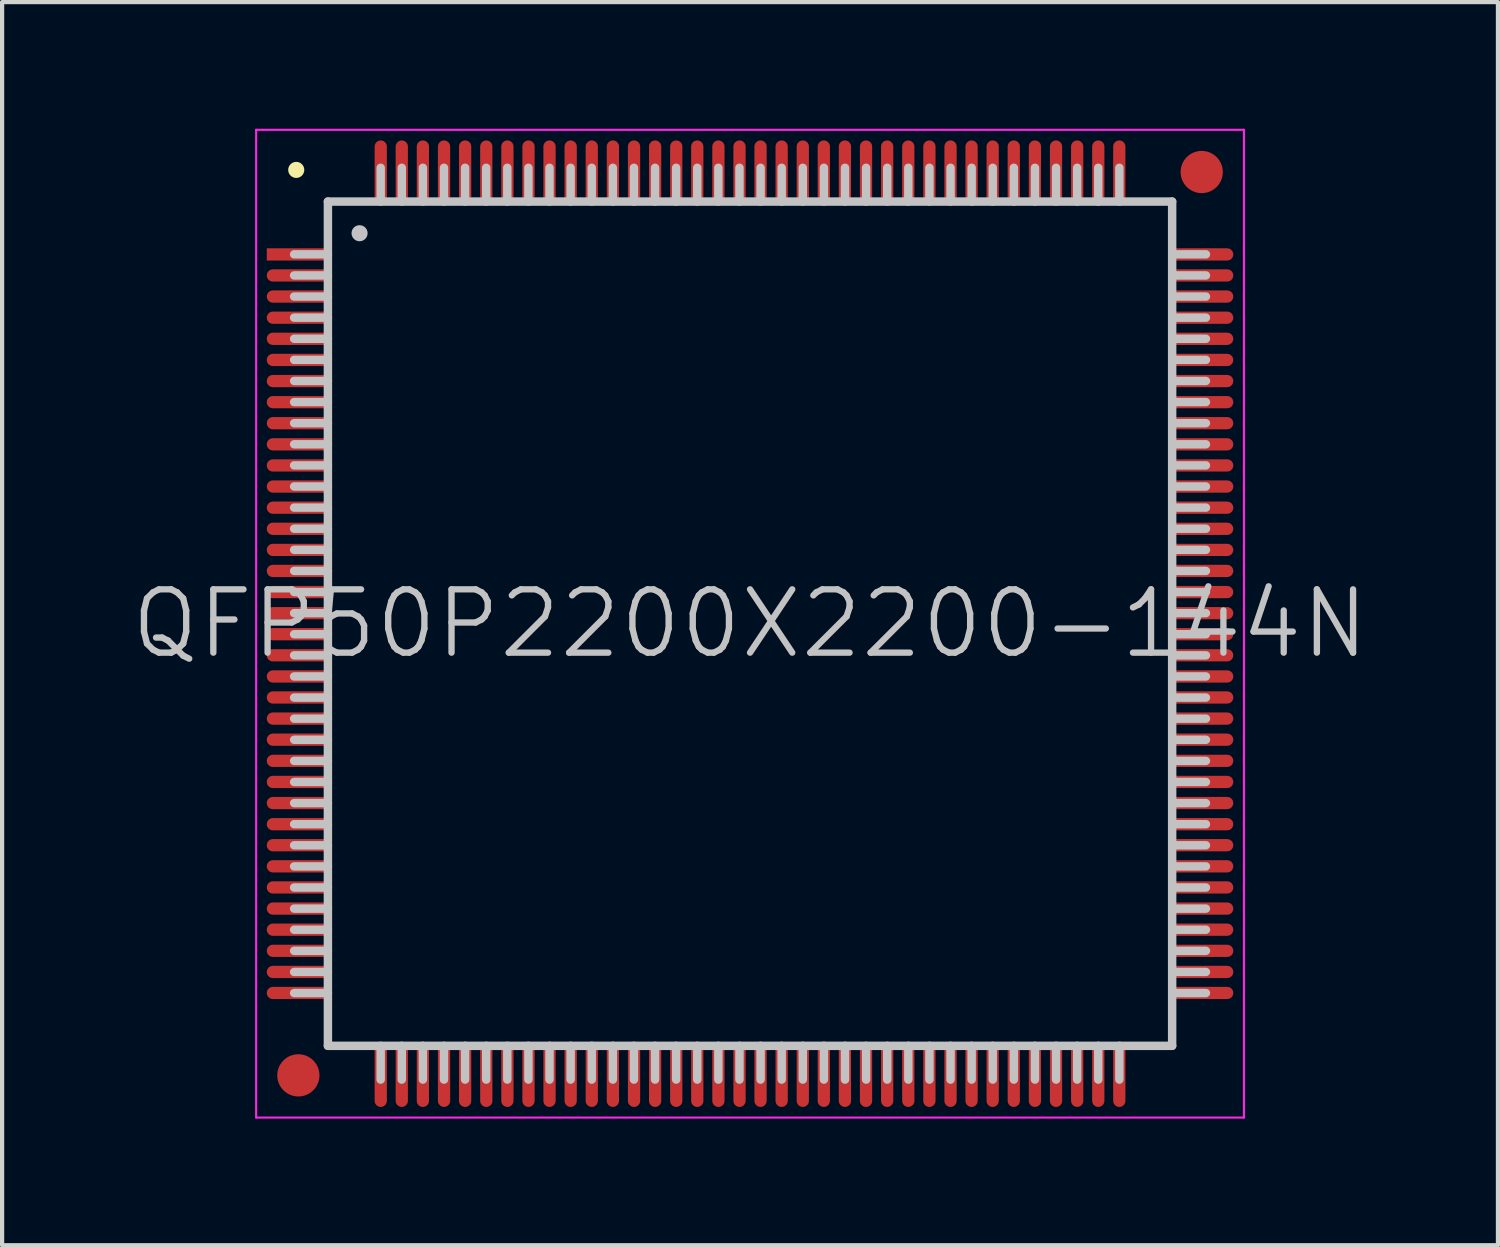
<source format=kicad_pcb>
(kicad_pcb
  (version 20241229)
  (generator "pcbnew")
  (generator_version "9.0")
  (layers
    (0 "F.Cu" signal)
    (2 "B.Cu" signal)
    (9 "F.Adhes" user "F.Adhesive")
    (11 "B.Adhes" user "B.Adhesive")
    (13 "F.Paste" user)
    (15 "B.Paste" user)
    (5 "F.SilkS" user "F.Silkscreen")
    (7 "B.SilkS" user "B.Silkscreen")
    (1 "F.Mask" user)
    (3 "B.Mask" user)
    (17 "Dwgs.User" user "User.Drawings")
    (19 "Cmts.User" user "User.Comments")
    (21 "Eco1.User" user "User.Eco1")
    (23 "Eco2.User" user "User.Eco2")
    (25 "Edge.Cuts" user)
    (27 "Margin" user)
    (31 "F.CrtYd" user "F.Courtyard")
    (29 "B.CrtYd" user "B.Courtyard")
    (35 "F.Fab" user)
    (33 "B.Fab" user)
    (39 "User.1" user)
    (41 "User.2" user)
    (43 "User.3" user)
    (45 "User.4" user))
  (footprint "QFP50P2200X2200-144N"
    (layer "F.Cu")
    (at 14.718 11.725)
    (property "Reference" "QFP50P2200X2200-144N" (at 0 0 0) (layer "Dwgs.User") (effects (font (size 1.5 1.5) (thickness 0.15))))
    (attr smd)
    (fp_line (start -10.75 -10.75) (end -10.75 -10.75) (stroke (width 0.381) (type solid)) (layer "F.SilkS"))
    (fp_line (start -10 -10) (end -10 10) (stroke (width 0.2) (type solid)) (layer "Dwgs.User"))
    (fp_line (start -10 -10) (end 10 -10) (stroke (width 0.2) (type solid)) (layer "Dwgs.User"))
    (fp_line (start -10 -8.75) (end -10.8 -8.75) (stroke (width 0.2) (type solid)) (layer "Dwgs.User"))
    (fp_line (start -10 -8.25) (end -10.8 -8.25) (stroke (width 0.2) (type solid)) (layer "Dwgs.User"))
    (fp_line (start -10 -7.75) (end -10.8 -7.75) (stroke (width 0.2) (type solid)) (layer "Dwgs.User"))
    (fp_line (start -10 -7.25) (end -10.8 -7.25) (stroke (width 0.2) (type solid)) (layer "Dwgs.User"))
    (fp_line (start -10 -6.75) (end -10.8 -6.75) (stroke (width 0.2) (type solid)) (layer "Dwgs.User"))
    (fp_line (start -10 -6.25) (end -10.8 -6.25) (stroke (width 0.2) (type solid)) (layer "Dwgs.User"))
    (fp_line (start -10 -5.75) (end -10.8 -5.75) (stroke (width 0.2) (type solid)) (layer "Dwgs.User"))
    (fp_line (start -10 -5.25) (end -10.8 -5.25) (stroke (width 0.2) (type solid)) (layer "Dwgs.User"))
    (fp_line (start -10 -4.75) (end -10.8 -4.75) (stroke (width 0.2) (type solid)) (layer "Dwgs.User"))
    (fp_line (start -10 -4.25) (end -10.8 -4.25) (stroke (width 0.2) (type solid)) (layer "Dwgs.User"))
    (fp_line (start -10 -3.75) (end -10.8 -3.75) (stroke (width 0.2) (type solid)) (layer "Dwgs.User"))
    (fp_line (start -10 -3.25) (end -10.8 -3.25) (stroke (width 0.2) (type solid)) (layer "Dwgs.User"))
    (fp_line (start -10 -2.75) (end -10.8 -2.75) (stroke (width 0.2) (type solid)) (layer "Dwgs.User"))
    (fp_line (start -10 -2.25) (end -10.8 -2.25) (stroke (width 0.2) (type solid)) (layer "Dwgs.User"))
    (fp_line (start -10 -1.75) (end -10.8 -1.75) (stroke (width 0.2) (type solid)) (layer "Dwgs.User"))
    (fp_line (start -10 -1.25) (end -10.8 -1.25) (stroke (width 0.2) (type solid)) (layer "Dwgs.User"))
    (fp_line (start -10 -0.75) (end -10.8 -0.75) (stroke (width 0.2) (type solid)) (layer "Dwgs.User"))
    (fp_line (start -10 -0.25) (end -10.8 -0.25) (stroke (width 0.2) (type solid)) (layer "Dwgs.User"))
    (fp_line (start -10 0.25) (end -10.8 0.25) (stroke (width 0.2) (type solid)) (layer "Dwgs.User"))
    (fp_line (start -10 0.75) (end -10.8 0.75) (stroke (width 0.2) (type solid)) (layer "Dwgs.User"))
    (fp_line (start -10 1.25) (end -10.8 1.25) (stroke (width 0.2) (type solid)) (layer "Dwgs.User"))
    (fp_line (start -10 1.75) (end -10.8 1.75) (stroke (width 0.2) (type solid)) (layer "Dwgs.User"))
    (fp_line (start -10 2.25) (end -10.8 2.25) (stroke (width 0.2) (type solid)) (layer "Dwgs.User"))
    (fp_line (start -10 2.75) (end -10.8 2.75) (stroke (width 0.2) (type solid)) (layer "Dwgs.User"))
    (fp_line (start -10 3.25) (end -10.8 3.25) (stroke (width 0.2) (type solid)) (layer "Dwgs.User"))
    (fp_line (start -10 3.75) (end -10.8 3.75) (stroke (width 0.2) (type solid)) (layer "Dwgs.User"))
    (fp_line (start -10 4.25) (end -10.8 4.25) (stroke (width 0.2) (type solid)) (layer "Dwgs.User"))
    (fp_line (start -10 4.75) (end -10.8 4.75) (stroke (width 0.2) (type solid)) (layer "Dwgs.User"))
    (fp_line (start -10 5.25) (end -10.8 5.25) (stroke (width 0.2) (type solid)) (layer "Dwgs.User"))
    (fp_line (start -10 5.75) (end -10.8 5.75) (stroke (width 0.2) (type solid)) (layer "Dwgs.User"))
    (fp_line (start -10 6.25) (end -10.8 6.25) (stroke (width 0.2) (type solid)) (layer "Dwgs.User"))
    (fp_line (start -10 6.75) (end -10.8 6.75) (stroke (width 0.2) (type solid)) (layer "Dwgs.User"))
    (fp_line (start -10 7.25) (end -10.8 7.25) (stroke (width 0.2) (type solid)) (layer "Dwgs.User"))
    (fp_line (start -10 7.75) (end -10.8 7.75) (stroke (width 0.2) (type solid)) (layer "Dwgs.User"))
    (fp_line (start -10 8.25) (end -10.8 8.25) (stroke (width 0.2) (type solid)) (layer "Dwgs.User"))
    (fp_line (start -10 8.75) (end -10.8 8.75) (stroke (width 0.2) (type solid)) (layer "Dwgs.User"))
    (fp_line (start -10 10) (end 10 10) (stroke (width 0.2) (type solid)) (layer "Dwgs.User"))
    (fp_line (start -9.25 -9.25) (end -9.25 -9.25) (stroke (width 0.381) (type solid)) (layer "Dwgs.User"))
    (fp_line (start -8.75 -10) (end -8.75 -10.8) (stroke (width 0.2) (type solid)) (layer "Dwgs.User"))
    (fp_line (start -8.75 10.8) (end -8.75 10) (stroke (width 0.2) (type solid)) (layer "Dwgs.User"))
    (fp_line (start -8.25 -10) (end -8.25 -10.8) (stroke (width 0.2) (type solid)) (layer "Dwgs.User"))
    (fp_line (start -8.25 10.8) (end -8.25 10) (stroke (width 0.2) (type solid)) (layer "Dwgs.User"))
    (fp_line (start -7.75 -10) (end -7.75 -10.8) (stroke (width 0.2) (type solid)) (layer "Dwgs.User"))
    (fp_line (start -7.75 10.8) (end -7.75 10) (stroke (width 0.2) (type solid)) (layer "Dwgs.User"))
    (fp_line (start -7.25 -10) (end -7.25 -10.8) (stroke (width 0.2) (type solid)) (layer "Dwgs.User"))
    (fp_line (start -7.25 10.8) (end -7.25 10) (stroke (width 0.2) (type solid)) (layer "Dwgs.User"))
    (fp_line (start -6.75 -10) (end -6.75 -10.8) (stroke (width 0.2) (type solid)) (layer "Dwgs.User"))
    (fp_line (start -6.75 10.8) (end -6.75 10) (stroke (width 0.2) (type solid)) (layer "Dwgs.User"))
    (fp_line (start -6.25 -10) (end -6.25 -10.8) (stroke (width 0.2) (type solid)) (layer "Dwgs.User"))
    (fp_line (start -6.25 10.8) (end -6.25 10) (stroke (width 0.2) (type solid)) (layer "Dwgs.User"))
    (fp_line (start -5.75 -10) (end -5.75 -10.8) (stroke (width 0.2) (type solid)) (layer "Dwgs.User"))
    (fp_line (start -5.75 10.8) (end -5.75 10) (stroke (width 0.2) (type solid)) (layer "Dwgs.User"))
    (fp_line (start -5.25 -10) (end -5.25 -10.8) (stroke (width 0.2) (type solid)) (layer "Dwgs.User"))
    (fp_line (start -5.25 10.8) (end -5.25 10) (stroke (width 0.2) (type solid)) (layer "Dwgs.User"))
    (fp_line (start -4.75 -10) (end -4.75 -10.8) (stroke (width 0.2) (type solid)) (layer "Dwgs.User"))
    (fp_line (start -4.75 10.8) (end -4.75 10) (stroke (width 0.2) (type solid)) (layer "Dwgs.User"))
    (fp_line (start -4.25 -10) (end -4.25 -10.8) (stroke (width 0.2) (type solid)) (layer "Dwgs.User"))
    (fp_line (start -4.25 10.8) (end -4.25 10) (stroke (width 0.2) (type solid)) (layer "Dwgs.User"))
    (fp_line (start -3.75 -10) (end -3.75 -10.8) (stroke (width 0.2) (type solid)) (layer "Dwgs.User"))
    (fp_line (start -3.75 10.8) (end -3.75 10) (stroke (width 0.2) (type solid)) (layer "Dwgs.User"))
    (fp_line (start -3.25 -10) (end -3.25 -10.8) (stroke (width 0.2) (type solid)) (layer "Dwgs.User"))
    (fp_line (start -3.25 10.8) (end -3.25 10) (stroke (width 0.2) (type solid)) (layer "Dwgs.User"))
    (fp_line (start -2.75 -10) (end -2.75 -10.8) (stroke (width 0.2) (type solid)) (layer "Dwgs.User"))
    (fp_line (start -2.75 10.8) (end -2.75 10) (stroke (width 0.2) (type solid)) (layer "Dwgs.User"))
    (fp_line (start -2.25 -10) (end -2.25 -10.8) (stroke (width 0.2) (type solid)) (layer "Dwgs.User"))
    (fp_line (start -2.25 10.8) (end -2.25 10) (stroke (width 0.2) (type solid)) (layer "Dwgs.User"))
    (fp_line (start -1.75 -10) (end -1.75 -10.8) (stroke (width 0.2) (type solid)) (layer "Dwgs.User"))
    (fp_line (start -1.75 10.8) (end -1.75 10) (stroke (width 0.2) (type solid)) (layer "Dwgs.User"))
    (fp_line (start -1.25 -10) (end -1.25 -10.8) (stroke (width 0.2) (type solid)) (layer "Dwgs.User"))
    (fp_line (start -1.25 10.8) (end -1.25 10) (stroke (width 0.2) (type solid)) (layer "Dwgs.User"))
    (fp_line (start -0.75 -10) (end -0.75 -10.8) (stroke (width 0.2) (type solid)) (layer "Dwgs.User"))
    (fp_line (start -0.75 10.8) (end -0.75 10) (stroke (width 0.2) (type solid)) (layer "Dwgs.User"))
    (fp_line (start -0.25 -10) (end -0.25 -10.8) (stroke (width 0.2) (type solid)) (layer "Dwgs.User"))
    (fp_line (start -0.25 10.8) (end -0.25 10) (stroke (width 0.2) (type solid)) (layer "Dwgs.User"))
    (fp_line (start 0.25 -10) (end 0.25 -10.8) (stroke (width 0.2) (type solid)) (layer "Dwgs.User"))
    (fp_line (start 0.25 10.8) (end 0.25 10) (stroke (width 0.2) (type solid)) (layer "Dwgs.User"))
    (fp_line (start 0.75 -10) (end 0.75 -10.8) (stroke (width 0.2) (type solid)) (layer "Dwgs.User"))
    (fp_line (start 0.75 10.8) (end 0.75 10) (stroke (width 0.2) (type solid)) (layer "Dwgs.User"))
    (fp_line (start 1.25 -10) (end 1.25 -10.8) (stroke (width 0.2) (type solid)) (layer "Dwgs.User"))
    (fp_line (start 1.25 10.8) (end 1.25 10) (stroke (width 0.2) (type solid)) (layer "Dwgs.User"))
    (fp_line (start 1.75 -10) (end 1.75 -10.8) (stroke (width 0.2) (type solid)) (layer "Dwgs.User"))
    (fp_line (start 1.75 10.8) (end 1.75 10) (stroke (width 0.2) (type solid)) (layer "Dwgs.User"))
    (fp_line (start 2.25 -10) (end 2.25 -10.8) (stroke (width 0.2) (type solid)) (layer "Dwgs.User"))
    (fp_line (start 2.25 10.8) (end 2.25 10) (stroke (width 0.2) (type solid)) (layer "Dwgs.User"))
    (fp_line (start 2.75 -10) (end 2.75 -10.8) (stroke (width 0.2) (type solid)) (layer "Dwgs.User"))
    (fp_line (start 2.75 10.8) (end 2.75 10) (stroke (width 0.2) (type solid)) (layer "Dwgs.User"))
    (fp_line (start 3.25 -10) (end 3.25 -10.8) (stroke (width 0.2) (type solid)) (layer "Dwgs.User"))
    (fp_line (start 3.25 10.8) (end 3.25 10) (stroke (width 0.2) (type solid)) (layer "Dwgs.User"))
    (fp_line (start 3.75 -10) (end 3.75 -10.8) (stroke (width 0.2) (type solid)) (layer "Dwgs.User"))
    (fp_line (start 3.75 10.8) (end 3.75 10) (stroke (width 0.2) (type solid)) (layer "Dwgs.User"))
    (fp_line (start 4.25 -10) (end 4.25 -10.8) (stroke (width 0.2) (type solid)) (layer "Dwgs.User"))
    (fp_line (start 4.25 10.8) (end 4.25 10) (stroke (width 0.2) (type solid)) (layer "Dwgs.User"))
    (fp_line (start 4.75 -10) (end 4.75 -10.8) (stroke (width 0.2) (type solid)) (layer "Dwgs.User"))
    (fp_line (start 4.75 10.8) (end 4.75 10) (stroke (width 0.2) (type solid)) (layer "Dwgs.User"))
    (fp_line (start 5.25 -10) (end 5.25 -10.8) (stroke (width 0.2) (type solid)) (layer "Dwgs.User"))
    (fp_line (start 5.25 10.8) (end 5.25 10) (stroke (width 0.2) (type solid)) (layer "Dwgs.User"))
    (fp_line (start 5.75 -10) (end 5.75 -10.8) (stroke (width 0.2) (type solid)) (layer "Dwgs.User"))
    (fp_line (start 5.75 10.8) (end 5.75 10) (stroke (width 0.2) (type solid)) (layer "Dwgs.User"))
    (fp_line (start 6.25 -10) (end 6.25 -10.8) (stroke (width 0.2) (type solid)) (layer "Dwgs.User"))
    (fp_line (start 6.25 10.8) (end 6.25 10) (stroke (width 0.2) (type solid)) (layer "Dwgs.User"))
    (fp_line (start 6.75 -10) (end 6.75 -10.8) (stroke (width 0.2) (type solid)) (layer "Dwgs.User"))
    (fp_line (start 6.75 10.8) (end 6.75 10) (stroke (width 0.2) (type solid)) (layer "Dwgs.User"))
    (fp_line (start 7.25 -10) (end 7.25 -10.8) (stroke (width 0.2) (type solid)) (layer "Dwgs.User"))
    (fp_line (start 7.25 10.8) (end 7.25 10) (stroke (width 0.2) (type solid)) (layer "Dwgs.User"))
    (fp_line (start 7.75 -10) (end 7.75 -10.8) (stroke (width 0.2) (type solid)) (layer "Dwgs.User"))
    (fp_line (start 7.75 10.8) (end 7.75 10) (stroke (width 0.2) (type solid)) (layer "Dwgs.User"))
    (fp_line (start 8.25 -10) (end 8.25 -10.8) (stroke (width 0.2) (type solid)) (layer "Dwgs.User"))
    (fp_line (start 8.25 10.8) (end 8.25 10) (stroke (width 0.2) (type solid)) (layer "Dwgs.User"))
    (fp_line (start 8.75 -10) (end 8.75 -10.8) (stroke (width 0.2) (type solid)) (layer "Dwgs.User"))
    (fp_line (start 8.75 10.8) (end 8.75 10) (stroke (width 0.2) (type solid)) (layer "Dwgs.User"))
    (fp_line (start 10 -10) (end 10 10) (stroke (width 0.2) (type solid)) (layer "Dwgs.User"))
    (fp_line (start 10.8 -8.75) (end 10 -8.75) (stroke (width 0.2) (type solid)) (layer "Dwgs.User"))
    (fp_line (start 10.8 -8.25) (end 10 -8.25) (stroke (width 0.2) (type solid)) (layer "Dwgs.User"))
    (fp_line (start 10.8 -7.75) (end 10 -7.75) (stroke (width 0.2) (type solid)) (layer "Dwgs.User"))
    (fp_line (start 10.8 -7.25) (end 10 -7.25) (stroke (width 0.2) (type solid)) (layer "Dwgs.User"))
    (fp_line (start 10.8 -6.75) (end 10 -6.75) (stroke (width 0.2) (type solid)) (layer "Dwgs.User"))
    (fp_line (start 10.8 -6.25) (end 10 -6.25) (stroke (width 0.2) (type solid)) (layer "Dwgs.User"))
    (fp_line (start 10.8 -5.75) (end 10 -5.75) (stroke (width 0.2) (type solid)) (layer "Dwgs.User"))
    (fp_line (start 10.8 -5.25) (end 10 -5.25) (stroke (width 0.2) (type solid)) (layer "Dwgs.User"))
    (fp_line (start 10.8 -4.75) (end 10 -4.75) (stroke (width 0.2) (type solid)) (layer "Dwgs.User"))
    (fp_line (start 10.8 -4.25) (end 10 -4.25) (stroke (width 0.2) (type solid)) (layer "Dwgs.User"))
    (fp_line (start 10.8 -3.75) (end 10 -3.75) (stroke (width 0.2) (type solid)) (layer "Dwgs.User"))
    (fp_line (start 10.8 -3.25) (end 10 -3.25) (stroke (width 0.2) (type solid)) (layer "Dwgs.User"))
    (fp_line (start 10.8 -2.75) (end 10 -2.75) (stroke (width 0.2) (type solid)) (layer "Dwgs.User"))
    (fp_line (start 10.8 -2.25) (end 10 -2.25) (stroke (width 0.2) (type solid)) (layer "Dwgs.User"))
    (fp_line (start 10.8 -1.75) (end 10 -1.75) (stroke (width 0.2) (type solid)) (layer "Dwgs.User"))
    (fp_line (start 10.8 -1.25) (end 10 -1.25) (stroke (width 0.2) (type solid)) (layer "Dwgs.User"))
    (fp_line (start 10.8 -0.75) (end 10 -0.75) (stroke (width 0.2) (type solid)) (layer "Dwgs.User"))
    (fp_line (start 10.8 -0.25) (end 10 -0.25) (stroke (width 0.2) (type solid)) (layer "Dwgs.User"))
    (fp_line (start 10.8 0.25) (end 10 0.25) (stroke (width 0.2) (type solid)) (layer "Dwgs.User"))
    (fp_line (start 10.8 0.75) (end 10 0.75) (stroke (width 0.2) (type solid)) (layer "Dwgs.User"))
    (fp_line (start 10.8 1.25) (end 10 1.25) (stroke (width 0.2) (type solid)) (layer "Dwgs.User"))
    (fp_line (start 10.8 1.75) (end 10 1.75) (stroke (width 0.2) (type solid)) (layer "Dwgs.User"))
    (fp_line (start 10.8 2.25) (end 10 2.25) (stroke (width 0.2) (type solid)) (layer "Dwgs.User"))
    (fp_line (start 10.8 2.75) (end 10 2.75) (stroke (width 0.2) (type solid)) (layer "Dwgs.User"))
    (fp_line (start 10.8 3.25) (end 10 3.25) (stroke (width 0.2) (type solid)) (layer "Dwgs.User"))
    (fp_line (start 10.8 3.75) (end 10 3.75) (stroke (width 0.2) (type solid)) (layer "Dwgs.User"))
    (fp_line (start 10.8 4.25) (end 10 4.25) (stroke (width 0.2) (type solid)) (layer "Dwgs.User"))
    (fp_line (start 10.8 4.75) (end 10 4.75) (stroke (width 0.2) (type solid)) (layer "Dwgs.User"))
    (fp_line (start 10.8 5.25) (end 10 5.25) (stroke (width 0.2) (type solid)) (layer "Dwgs.User"))
    (fp_line (start 10.8 5.75) (end 10 5.75) (stroke (width 0.2) (type solid)) (layer "Dwgs.User"))
    (fp_line (start 10.8 6.25) (end 10 6.25) (stroke (width 0.2) (type solid)) (layer "Dwgs.User"))
    (fp_line (start 10.8 6.75) (end 10 6.75) (stroke (width 0.2) (type solid)) (layer "Dwgs.User"))
    (fp_line (start 10.8 7.25) (end 10 7.25) (stroke (width 0.2) (type solid)) (layer "Dwgs.User"))
    (fp_line (start 10.8 7.75) (end 10 7.75) (stroke (width 0.2) (type solid)) (layer "Dwgs.User"))
    (fp_line (start 10.8 8.25) (end 10 8.25) (stroke (width 0.2) (type solid)) (layer "Dwgs.User"))
    (fp_line (start 10.8 8.75) (end 10 8.75) (stroke (width 0.2) (type solid)) (layer "Dwgs.User"))
    (fp_line (start -11.7 -11.7) (end -11.7 11.7) (stroke (width 0.05) (type solid)) (layer "F.CrtYd"))
    (fp_line (start -11.7 -11.7) (end 11.7 -11.7) (stroke (width 0.05) (type solid)) (layer "F.CrtYd"))
    (fp_line (start -11.7 11.7) (end 11.7 11.7) (stroke (width 0.05) (type solid)) (layer "F.CrtYd"))
    (fp_line (start 11.7 -11.7) (end 11.7 11.7) (stroke (width 0.05) (type solid)) (layer "F.CrtYd"))
    (pad "" smd circle (at -10.7 10.7) (size 1 1) (layers "F.Cu" "F.Mask"))
    (pad "" smd circle (at 10.7 -10.7) (size 1 1) (layers "F.Cu" "F.Mask"))
    (pad "1" smd rect (at -10.698 -8.748 90) (size 0.29 1.5) (layers "F.Cu" "F.Mask" "F.Paste"))
    (pad "2" smd oval (at -10.698 -8.25 90) (size 0.29 1.5) (layers "F.Cu" "F.Mask" "F.Paste"))
    (pad "3" smd oval (at -10.698 -7.75 90) (size 0.29 1.5) (layers "F.Cu" "F.Mask" "F.Paste"))
    (pad "4" smd oval (at -10.698 -7.249 90) (size 0.29 1.5) (layers "F.Cu" "F.Mask" "F.Paste"))
    (pad "5" smd oval (at -10.698 -6.749 90) (size 0.29 1.5) (layers "F.Cu" "F.Mask" "F.Paste"))
    (pad "6" smd oval (at -10.698 -6.248 90) (size 0.29 1.5) (layers "F.Cu" "F.Mask" "F.Paste"))
    (pad "7" smd oval (at -10.698 -5.748 90) (size 0.29 1.5) (layers "F.Cu" "F.Mask" "F.Paste"))
    (pad "8" smd oval (at -10.698 -5.248 90) (size 0.29 1.5) (layers "F.Cu" "F.Mask" "F.Paste"))
    (pad "9" smd oval (at -10.698 -4.75 90) (size 0.29 1.5) (layers "F.Cu" "F.Mask" "F.Paste"))
    (pad "10" smd oval (at -10.698 -4.249 90) (size 0.29 1.5) (layers "F.Cu" "F.Mask" "F.Paste"))
    (pad "11" smd oval (at -10.698 -3.749 90) (size 0.29 1.5) (layers "F.Cu" "F.Mask" "F.Paste"))
    (pad "12" smd oval (at -10.698 -3.249 90) (size 0.29 1.5) (layers "F.Cu" "F.Mask" "F.Paste"))
    (pad "13" smd oval (at -10.698 -2.748 90) (size 0.29 1.5) (layers "F.Cu" "F.Mask" "F.Paste"))
    (pad "14" smd oval (at -10.698 -2.248 90) (size 0.29 1.5) (layers "F.Cu" "F.Mask" "F.Paste"))
    (pad "15" smd oval (at -10.698 -1.748 90) (size 0.29 1.5) (layers "F.Cu" "F.Mask" "F.Paste"))
    (pad "16" smd oval (at -10.698 -1.25 90) (size 0.29 1.5) (layers "F.Cu" "F.Mask" "F.Paste"))
    (pad "17" smd oval (at -10.698 -0.749 90) (size 0.29 1.5) (layers "F.Cu" "F.Mask" "F.Paste"))
    (pad "18" smd oval (at -10.698 -0.249 90) (size 0.29 1.5) (layers "F.Cu" "F.Mask" "F.Paste"))
    (pad "19" smd oval (at -10.698 0.249 90) (size 0.29 1.5) (layers "F.Cu" "F.Mask" "F.Paste"))
    (pad "20" smd oval (at -10.698 0.749 90) (size 0.29 1.5) (layers "F.Cu" "F.Mask" "F.Paste"))
    (pad "21" smd oval (at -10.698 1.25 90) (size 0.29 1.5) (layers "F.Cu" "F.Mask" "F.Paste"))
    (pad "22" smd oval (at -10.698 1.748 90) (size 0.29 1.5) (layers "F.Cu" "F.Mask" "F.Paste"))
    (pad "23" smd oval (at -10.698 2.248 90) (size 0.29 1.5) (layers "F.Cu" "F.Mask" "F.Paste"))
    (pad "24" smd oval (at -10.698 2.748 90) (size 0.29 1.5) (layers "F.Cu" "F.Mask" "F.Paste"))
    (pad "25" smd oval (at -10.698 3.249 90) (size 0.29 1.5) (layers "F.Cu" "F.Mask" "F.Paste"))
    (pad "26" smd oval (at -10.698 3.749 90) (size 0.29 1.5) (layers "F.Cu" "F.Mask" "F.Paste"))
    (pad "27" smd oval (at -10.698 4.249 90) (size 0.29 1.5) (layers "F.Cu" "F.Mask" "F.Paste"))
    (pad "28" smd oval (at -10.698 4.75 90) (size 0.29 1.5) (layers "F.Cu" "F.Mask" "F.Paste"))
    (pad "29" smd oval (at -10.698 5.248 90) (size 0.29 1.5) (layers "F.Cu" "F.Mask" "F.Paste"))
    (pad "30" smd oval (at -10.698 5.748 90) (size 0.29 1.5) (layers "F.Cu" "F.Mask" "F.Paste"))
    (pad "31" smd oval (at -10.698 6.248 90) (size 0.29 1.5) (layers "F.Cu" "F.Mask" "F.Paste"))
    (pad "32" smd oval (at -10.698 6.749 90) (size 0.29 1.5) (layers "F.Cu" "F.Mask" "F.Paste"))
    (pad "33" smd oval (at -10.698 7.249 90) (size 0.29 1.5) (layers "F.Cu" "F.Mask" "F.Paste"))
    (pad "34" smd oval (at -10.698 7.75 90) (size 0.29 1.5) (layers "F.Cu" "F.Mask" "F.Paste"))
    (pad "35" smd oval (at -10.698 8.25 90) (size 0.29 1.5) (layers "F.Cu" "F.Mask" "F.Paste"))
    (pad "36" smd oval (at -10.698 8.748 90) (size 0.29 1.5) (layers "F.Cu" "F.Mask" "F.Paste"))
    (pad "37" smd oval (at -8.748 10.698 180) (size 0.29 1.5) (layers "F.Cu" "F.Mask" "F.Paste"))
    (pad "38" smd oval (at -8.25 10.698 180) (size 0.29 1.5) (layers "F.Cu" "F.Mask" "F.Paste"))
    (pad "39" smd oval (at -7.75 10.698 180) (size 0.29 1.5) (layers "F.Cu" "F.Mask" "F.Paste"))
    (pad "40" smd oval (at -7.249 10.698 180) (size 0.29 1.5) (layers "F.Cu" "F.Mask" "F.Paste"))
    (pad "41" smd oval (at -6.749 10.698 180) (size 0.29 1.5) (layers "F.Cu" "F.Mask" "F.Paste"))
    (pad "42" smd oval (at -6.248 10.698 180) (size 0.29 1.5) (layers "F.Cu" "F.Mask" "F.Paste"))
    (pad "43" smd oval (at -5.748 10.698 180) (size 0.29 1.5) (layers "F.Cu" "F.Mask" "F.Paste"))
    (pad "44" smd oval (at -5.248 10.698 180) (size 0.29 1.5) (layers "F.Cu" "F.Mask" "F.Paste"))
    (pad "45" smd oval (at -4.75 10.698 180) (size 0.29 1.5) (layers "F.Cu" "F.Mask" "F.Paste"))
    (pad "46" smd oval (at -4.249 10.698 180) (size 0.29 1.5) (layers "F.Cu" "F.Mask" "F.Paste"))
    (pad "47" smd oval (at -3.749 10.698 180) (size 0.29 1.5) (layers "F.Cu" "F.Mask" "F.Paste"))
    (pad "48" smd oval (at -3.249 10.698 180) (size 0.29 1.5) (layers "F.Cu" "F.Mask" "F.Paste"))
    (pad "49" smd oval (at -2.748 10.698 180) (size 0.29 1.5) (layers "F.Cu" "F.Mask" "F.Paste"))
    (pad "50" smd oval (at -2.248 10.698 180) (size 0.29 1.5) (layers "F.Cu" "F.Mask" "F.Paste"))
    (pad "51" smd oval (at -1.748 10.698 180) (size 0.29 1.5) (layers "F.Cu" "F.Mask" "F.Paste"))
    (pad "52" smd oval (at -1.25 10.698 180) (size 0.29 1.5) (layers "F.Cu" "F.Mask" "F.Paste"))
    (pad "53" smd oval (at -0.749 10.698 180) (size 0.29 1.5) (layers "F.Cu" "F.Mask" "F.Paste"))
    (pad "54" smd oval (at -0.249 10.698 180) (size 0.29 1.5) (layers "F.Cu" "F.Mask" "F.Paste"))
    (pad "55" smd oval (at 0.249 10.698 180) (size 0.29 1.5) (layers "F.Cu" "F.Mask" "F.Paste"))
    (pad "56" smd oval (at 0.749 10.698 180) (size 0.29 1.5) (layers "F.Cu" "F.Mask" "F.Paste"))
    (pad "57" smd oval (at 1.25 10.698 180) (size 0.29 1.5) (layers "F.Cu" "F.Mask" "F.Paste"))
    (pad "58" smd oval (at 1.748 10.698 180) (size 0.29 1.5) (layers "F.Cu" "F.Mask" "F.Paste"))
    (pad "59" smd oval (at 2.248 10.698 180) (size 0.29 1.5) (layers "F.Cu" "F.Mask" "F.Paste"))
    (pad "60" smd oval (at 2.748 10.698 180) (size 0.29 1.5) (layers "F.Cu" "F.Mask" "F.Paste"))
    (pad "61" smd oval (at 3.249 10.698 180) (size 0.29 1.5) (layers "F.Cu" "F.Mask" "F.Paste"))
    (pad "62" smd oval (at 3.749 10.698 180) (size 0.29 1.5) (layers "F.Cu" "F.Mask" "F.Paste"))
    (pad "63" smd oval (at 4.249 10.698 180) (size 0.29 1.5) (layers "F.Cu" "F.Mask" "F.Paste"))
    (pad "64" smd oval (at 4.75 10.698 180) (size 0.29 1.5) (layers "F.Cu" "F.Mask" "F.Paste"))
    (pad "65" smd oval (at 5.248 10.698 180) (size 0.29 1.5) (layers "F.Cu" "F.Mask" "F.Paste"))
    (pad "66" smd oval (at 5.748 10.698 180) (size 0.29 1.5) (layers "F.Cu" "F.Mask" "F.Paste"))
    (pad "67" smd oval (at 6.248 10.698 180) (size 0.29 1.5) (layers "F.Cu" "F.Mask" "F.Paste"))
    (pad "68" smd oval (at 6.749 10.698 180) (size 0.29 1.5) (layers "F.Cu" "F.Mask" "F.Paste"))
    (pad "69" smd oval (at 7.249 10.698 180) (size 0.29 1.5) (layers "F.Cu" "F.Mask" "F.Paste"))
    (pad "70" smd oval (at 7.75 10.698 180) (size 0.29 1.5) (layers "F.Cu" "F.Mask" "F.Paste"))
    (pad "71" smd oval (at 8.25 10.698 180) (size 0.29 1.5) (layers "F.Cu" "F.Mask" "F.Paste"))
    (pad "72" smd oval (at 8.748 10.698 180) (size 0.29 1.5) (layers "F.Cu" "F.Mask" "F.Paste"))
    (pad "73" smd oval (at 10.698 8.748 270) (size 0.29 1.5) (layers "F.Cu" "F.Mask" "F.Paste"))
    (pad "74" smd oval (at 10.698 8.25 270) (size 0.29 1.5) (layers "F.Cu" "F.Mask" "F.Paste"))
    (pad "75" smd oval (at 10.698 7.75 270) (size 0.29 1.5) (layers "F.Cu" "F.Mask" "F.Paste"))
    (pad "76" smd oval (at 10.698 7.249 270) (size 0.29 1.5) (layers "F.Cu" "F.Mask" "F.Paste"))
    (pad "77" smd oval (at 10.698 6.749 270) (size 0.29 1.5) (layers "F.Cu" "F.Mask" "F.Paste"))
    (pad "78" smd oval (at 10.698 6.248 270) (size 0.29 1.5) (layers "F.Cu" "F.Mask" "F.Paste"))
    (pad "79" smd oval (at 10.698 5.748 270) (size 0.29 1.5) (layers "F.Cu" "F.Mask" "F.Paste"))
    (pad "80" smd oval (at 10.698 5.248 270) (size 0.29 1.5) (layers "F.Cu" "F.Mask" "F.Paste"))
    (pad "81" smd oval (at 10.698 4.75 270) (size 0.29 1.5) (layers "F.Cu" "F.Mask" "F.Paste"))
    (pad "82" smd oval (at 10.698 4.249 270) (size 0.29 1.5) (layers "F.Cu" "F.Mask" "F.Paste"))
    (pad "83" smd oval (at 10.698 3.749 270) (size 0.29 1.5) (layers "F.Cu" "F.Mask" "F.Paste"))
    (pad "84" smd oval (at 10.698 3.249 270) (size 0.29 1.5) (layers "F.Cu" "F.Mask" "F.Paste"))
    (pad "85" smd oval (at 10.698 2.748 270) (size 0.29 1.5) (layers "F.Cu" "F.Mask" "F.Paste"))
    (pad "86" smd oval (at 10.698 2.248 270) (size 0.29 1.5) (layers "F.Cu" "F.Mask" "F.Paste"))
    (pad "87" smd oval (at 10.698 1.748 270) (size 0.29 1.5) (layers "F.Cu" "F.Mask" "F.Paste"))
    (pad "88" smd oval (at 10.698 1.25 270) (size 0.29 1.5) (layers "F.Cu" "F.Mask" "F.Paste"))
    (pad "89" smd oval (at 10.698 0.749 270) (size 0.29 1.5) (layers "F.Cu" "F.Mask" "F.Paste"))
    (pad "90" smd oval (at 10.698 0.249 270) (size 0.29 1.5) (layers "F.Cu" "F.Mask" "F.Paste"))
    (pad "91" smd oval (at 10.698 -0.249 270) (size 0.29 1.5) (layers "F.Cu" "F.Mask" "F.Paste"))
    (pad "92" smd oval (at 10.698 -0.749 270) (size 0.29 1.5) (layers "F.Cu" "F.Mask" "F.Paste"))
    (pad "93" smd oval (at 10.698 -1.25 270) (size 0.29 1.5) (layers "F.Cu" "F.Mask" "F.Paste"))
    (pad "94" smd oval (at 10.698 -1.748 270) (size 0.29 1.5) (layers "F.Cu" "F.Mask" "F.Paste"))
    (pad "95" smd oval (at 10.698 -2.248 270) (size 0.29 1.5) (layers "F.Cu" "F.Mask" "F.Paste"))
    (pad "96" smd oval (at 10.698 -2.748 270) (size 0.29 1.5) (layers "F.Cu" "F.Mask" "F.Paste"))
    (pad "97" smd oval (at 10.698 -3.249 270) (size 0.29 1.5) (layers "F.Cu" "F.Mask" "F.Paste"))
    (pad "98" smd oval (at 10.698 -3.749 270) (size 0.29 1.5) (layers "F.Cu" "F.Mask" "F.Paste"))
    (pad "99" smd oval (at 10.698 -4.249 270) (size 0.29 1.5) (layers "F.Cu" "F.Mask" "F.Paste"))
    (pad "100" smd oval (at 10.698 -4.75 270) (size 0.29 1.5) (layers "F.Cu" "F.Mask" "F.Paste"))
    (pad "101" smd oval (at 10.698 -5.248 270) (size 0.29 1.5) (layers "F.Cu" "F.Mask" "F.Paste"))
    (pad "102" smd oval (at 10.698 -5.748 270) (size 0.29 1.5) (layers "F.Cu" "F.Mask" "F.Paste"))
    (pad "103" smd oval (at 10.698 -6.248 270) (size 0.29 1.5) (layers "F.Cu" "F.Mask" "F.Paste"))
    (pad "104" smd oval (at 10.698 -6.749 270) (size 0.29 1.5) (layers "F.Cu" "F.Mask" "F.Paste"))
    (pad "105" smd oval (at 10.698 -7.249 270) (size 0.29 1.5) (layers "F.Cu" "F.Mask" "F.Paste"))
    (pad "106" smd oval (at 10.698 -7.75 270) (size 0.29 1.5) (layers "F.Cu" "F.Mask" "F.Paste"))
    (pad "107" smd oval (at 10.698 -8.25 270) (size 0.29 1.5) (layers "F.Cu" "F.Mask" "F.Paste"))
    (pad "108" smd oval (at 10.698 -8.748 270) (size 0.29 1.5) (layers "F.Cu" "F.Mask" "F.Paste"))
    (pad "109" smd oval (at 8.748 -10.698) (size 0.29 1.5) (layers "F.Cu" "F.Mask" "F.Paste"))
    (pad "110" smd oval (at 8.25 -10.698) (size 0.29 1.5) (layers "F.Cu" "F.Mask" "F.Paste"))
    (pad "111" smd oval (at 7.75 -10.698) (size 0.29 1.5) (layers "F.Cu" "F.Mask" "F.Paste"))
    (pad "112" smd oval (at 7.249 -10.698) (size 0.29 1.5) (layers "F.Cu" "F.Mask" "F.Paste"))
    (pad "113" smd oval (at 6.749 -10.698) (size 0.29 1.5) (layers "F.Cu" "F.Mask" "F.Paste"))
    (pad "114" smd oval (at 6.248 -10.698) (size 0.29 1.5) (layers "F.Cu" "F.Mask" "F.Paste"))
    (pad "115" smd oval (at 5.748 -10.698) (size 0.29 1.5) (layers "F.Cu" "F.Mask" "F.Paste"))
    (pad "116" smd oval (at 5.248 -10.698) (size 0.29 1.5) (layers "F.Cu" "F.Mask" "F.Paste"))
    (pad "117" smd oval (at 4.75 -10.698) (size 0.29 1.5) (layers "F.Cu" "F.Mask" "F.Paste"))
    (pad "118" smd oval (at 4.249 -10.698) (size 0.29 1.5) (layers "F.Cu" "F.Mask" "F.Paste"))
    (pad "119" smd oval (at 3.749 -10.698) (size 0.29 1.5) (layers "F.Cu" "F.Mask" "F.Paste"))
    (pad "120" smd oval (at 3.249 -10.698) (size 0.29 1.5) (layers "F.Cu" "F.Mask" "F.Paste"))
    (pad "121" smd oval (at 2.748 -10.698) (size 0.29 1.5) (layers "F.Cu" "F.Mask" "F.Paste"))
    (pad "122" smd oval (at 2.248 -10.698) (size 0.29 1.5) (layers "F.Cu" "F.Mask" "F.Paste"))
    (pad "123" smd oval (at 1.748 -10.698) (size 0.29 1.5) (layers "F.Cu" "F.Mask" "F.Paste"))
    (pad "124" smd oval (at 1.25 -10.698) (size 0.29 1.5) (layers "F.Cu" "F.Mask" "F.Paste"))
    (pad "125" smd oval (at 0.749 -10.698) (size 0.29 1.5) (layers "F.Cu" "F.Mask" "F.Paste"))
    (pad "126" smd oval (at 0.249 -10.698) (size 0.29 1.5) (layers "F.Cu" "F.Mask" "F.Paste"))
    (pad "127" smd oval (at -0.249 -10.698) (size 0.29 1.5) (layers "F.Cu" "F.Mask" "F.Paste"))
    (pad "128" smd oval (at -0.749 -10.698) (size 0.29 1.5) (layers "F.Cu" "F.Mask" "F.Paste"))
    (pad "129" smd oval (at -1.25 -10.698) (size 0.29 1.5) (layers "F.Cu" "F.Mask" "F.Paste"))
    (pad "130" smd oval (at -1.748 -10.698) (size 0.29 1.5) (layers "F.Cu" "F.Mask" "F.Paste"))
    (pad "131" smd oval (at -2.248 -10.698) (size 0.29 1.5) (layers "F.Cu" "F.Mask" "F.Paste"))
    (pad "132" smd oval (at -2.748 -10.698) (size 0.29 1.5) (layers "F.Cu" "F.Mask" "F.Paste"))
    (pad "133" smd oval (at -3.249 -10.698) (size 0.29 1.5) (layers "F.Cu" "F.Mask" "F.Paste"))
    (pad "134" smd oval (at -3.749 -10.698) (size 0.29 1.5) (layers "F.Cu" "F.Mask" "F.Paste"))
    (pad "135" smd oval (at -4.249 -10.698) (size 0.29 1.5) (layers "F.Cu" "F.Mask" "F.Paste"))
    (pad "136" smd oval (at -4.75 -10.698) (size 0.29 1.5) (layers "F.Cu" "F.Mask" "F.Paste"))
    (pad "137" smd oval (at -5.248 -10.698) (size 0.29 1.5) (layers "F.Cu" "F.Mask" "F.Paste"))
    (pad "138" smd oval (at -5.748 -10.698) (size 0.29 1.5) (layers "F.Cu" "F.Mask" "F.Paste"))
    (pad "139" smd oval (at -6.248 -10.698) (size 0.29 1.5) (layers "F.Cu" "F.Mask" "F.Paste"))
    (pad "140" smd oval (at -6.749 -10.698) (size 0.29 1.5) (layers "F.Cu" "F.Mask" "F.Paste"))
    (pad "141" smd oval (at -7.249 -10.698) (size 0.29 1.5) (layers "F.Cu" "F.Mask" "F.Paste"))
    (pad "142" smd oval (at -7.75 -10.698) (size 0.29 1.5) (layers "F.Cu" "F.Mask" "F.Paste"))
    (pad "143" smd oval (at -8.25 -10.698) (size 0.29 1.5) (layers "F.Cu" "F.Mask" "F.Paste"))
    (pad "144" smd oval (at -8.748 -10.698) (size 0.29 1.5) (layers "F.Cu" "F.Mask" "F.Paste")))
  (gr_rect
    (start -3 -3)
    (end 32.436 26.45)
    (stroke (width 0.1) (type default))
    (fill no)
    (layer "Edge.Cuts")))
</source>
